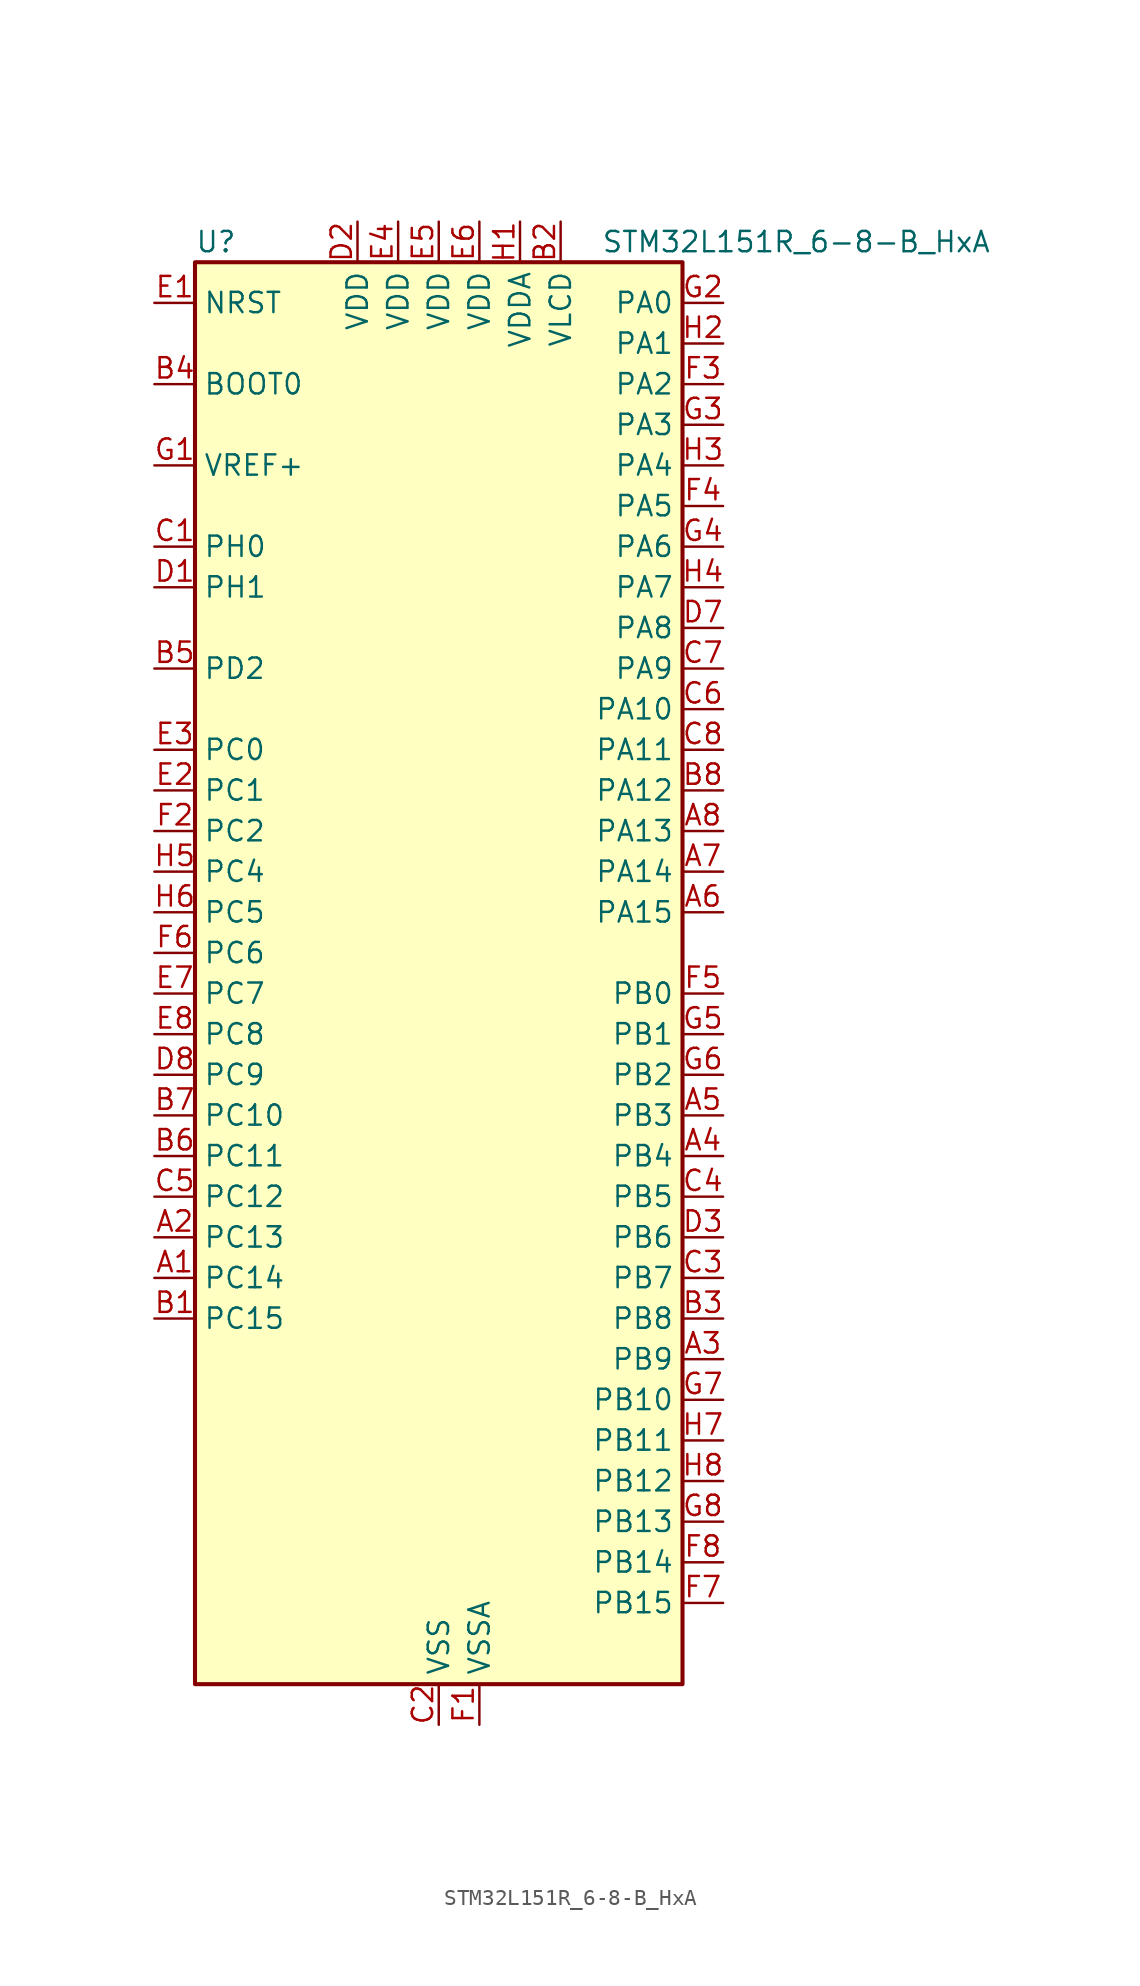
<source format=kicad_sym>
(kicad_symbol_lib
  (version 20220914)
  (generator kicad_symbol_editor)
  (symbol "STM32L151R_6-8-B_HxA"
    (property "Reference" "U"
      (at -15.24 46.99 0)
      (effects (font (size 1.27 1.27)) (justify left)))
    (property "Value" "STM32L151R_6-8-B_HxA"
      (at 10.16 46.99 0)
      (effects (font (size 1.27 1.27)) (justify left)))
    (property "ki_locked" ""
      (at 0 0 0)
      (effects (font (size 1.27 1.27))))
    (symbol "STM32L151R_6-8-B_HxA_0_1"
      (rectangle (start -15.24 -43.18) (end 15.24 45.72) (stroke (width 0.254) (type default)) (fill (type background))))
    (symbol "STM32L151R_6-8-B_HxA_1_1"
      (pin bidirectional line (at -17.78 -17.78 0) (length 2.54) (name "PC14" (effects (font (size 1.27 1.27)))) (number "A1" (effects (font (size 1.27 1.27)))) (alternate "RCC_OSC32_IN" bidirectional line) (alternate "TIMX_IC3" bidirectional line))
      (pin bidirectional line (at -17.78 -15.24 0) (length 2.54) (name "PC13" (effects (font (size 1.27 1.27)))) (number "A2" (effects (font (size 1.27 1.27)))) (alternate "RTC_OUT_ALARM" bidirectional line) (alternate "RTC_OUT_CALIB" bidirectional line) (alternate "RTC_TAMP1" bidirectional line) (alternate "RTC_TS" bidirectional line) (alternate "SYS_WKUP2" bidirectional line) (alternate "TIMX_IC2" bidirectional line))
      (pin bidirectional line (at 17.78 -22.86 180) (length 2.54) (name "PB9" (effects (font (size 1.27 1.27)))) (number "A3" (effects (font (size 1.27 1.27)))) (alternate "DAC_EXTI9" bidirectional line) (alternate "I2C1_SDA" bidirectional line) (alternate "TIM11_CH1" bidirectional line) (alternate "TIM4_CH4" bidirectional line))
      (pin bidirectional line (at 17.78 -10.16 180) (length 2.54) (name "PB4" (effects (font (size 1.27 1.27)))) (number "A4" (effects (font (size 1.27 1.27)))) (alternate "COMP2_INP" bidirectional line) (alternate "SPI1_MISO" bidirectional line) (alternate "SYS_JTRST" bidirectional line) (alternate "TIM3_CH1" bidirectional line) (alternate "TS_G6_IO1" bidirectional line))
      (pin bidirectional line (at 17.78 -7.62 180) (length 2.54) (name "PB3" (effects (font (size 1.27 1.27)))) (number "A5" (effects (font (size 1.27 1.27)))) (alternate "COMP2_INM" bidirectional line) (alternate "SPI1_SCK" bidirectional line) (alternate "SYS_JTDO-TRACESWO" bidirectional line) (alternate "TIM2_CH2" bidirectional line))
      (pin bidirectional line (at 17.78 5.08 180) (length 2.54) (name "PA15" (effects (font (size 1.27 1.27)))) (number "A6" (effects (font (size 1.27 1.27)))) (alternate "ADC_EXTI15" bidirectional line) (alternate "SPI1_NSS" bidirectional line) (alternate "SYS_JTDI" bidirectional line) (alternate "TIM2_CH1" bidirectional line) (alternate "TIM2_ETR" bidirectional line) (alternate "TIMX_IC4" bidirectional line) (alternate "TS_G5_IO3" bidirectional line))
      (pin bidirectional line (at 17.78 7.62 180) (length 2.54) (name "PA14" (effects (font (size 1.27 1.27)))) (number "A7" (effects (font (size 1.27 1.27)))) (alternate "SYS_JTCK-SWCLK" bidirectional line) (alternate "TIMX_IC3" bidirectional line) (alternate "TS_G5_IO2" bidirectional line))
      (pin bidirectional line (at 17.78 10.16 180) (length 2.54) (name "PA13" (effects (font (size 1.27 1.27)))) (number "A8" (effects (font (size 1.27 1.27)))) (alternate "SYS_JTMS-SWDIO" bidirectional line) (alternate "TIMX_IC2" bidirectional line) (alternate "TS_G5_IO1" bidirectional line))
      (pin bidirectional line (at -17.78 -20.32 0) (length 2.54) (name "PC15" (effects (font (size 1.27 1.27)))) (number "B1" (effects (font (size 1.27 1.27)))) (alternate "ADC_EXTI15" bidirectional line) (alternate "RCC_OSC32_OUT" bidirectional line) (alternate "TIMX_IC4" bidirectional line))
      (pin power_in line (at 7.62 48.26 270) (length 2.54) (name "VLCD" (effects (font (size 1.27 1.27)))) (number "B2" (effects (font (size 1.27 1.27)))))
      (pin bidirectional line (at 17.78 -20.32 180) (length 2.54) (name "PB8" (effects (font (size 1.27 1.27)))) (number "B3" (effects (font (size 1.27 1.27)))) (alternate "I2C1_SCL" bidirectional line) (alternate "TIM10_CH1" bidirectional line) (alternate "TIM4_CH3" bidirectional line))
      (pin input line (at -17.78 38.1 0) (length 2.54) (name "BOOT0" (effects (font (size 1.27 1.27)))) (number "B4" (effects (font (size 1.27 1.27)))))
      (pin bidirectional line (at -17.78 20.32 0) (length 2.54) (name "PD2" (effects (font (size 1.27 1.27)))) (number "B5" (effects (font (size 1.27 1.27)))) (alternate "TIM3_ETR" bidirectional line) (alternate "TIMX_IC3" bidirectional line))
      (pin bidirectional line (at -17.78 -10.16 0) (length 2.54) (name "PC11" (effects (font (size 1.27 1.27)))) (number "B6" (effects (font (size 1.27 1.27)))) (alternate "ADC_EXTI11" bidirectional line) (alternate "TIMX_IC4" bidirectional line) (alternate "USART3_RX" bidirectional line))
      (pin bidirectional line (at -17.78 -7.62 0) (length 2.54) (name "PC10" (effects (font (size 1.27 1.27)))) (number "B7" (effects (font (size 1.27 1.27)))) (alternate "TIMX_IC3" bidirectional line) (alternate "USART3_TX" bidirectional line))
      (pin bidirectional line (at 17.78 12.7 180) (length 2.54) (name "PA12" (effects (font (size 1.27 1.27)))) (number "B8" (effects (font (size 1.27 1.27)))) (alternate "SPI1_MOSI" bidirectional line) (alternate "TIMX_IC1" bidirectional line) (alternate "USART1_RTS" bidirectional line) (alternate "USB_DP" bidirectional line))
      (pin bidirectional line (at -17.78 27.94 0) (length 2.54) (name "PH0" (effects (font (size 1.27 1.27)))) (number "C1" (effects (font (size 1.27 1.27)))) (alternate "RCC_OSC_IN" bidirectional line))
      (pin power_in line (at 0 -45.72 90) (length 2.54) (name "VSS" (effects (font (size 1.27 1.27)))) (number "C2" (effects (font (size 1.27 1.27)))))
      (pin bidirectional line (at 17.78 -17.78 180) (length 2.54) (name "PB7" (effects (font (size 1.27 1.27)))) (number "C3" (effects (font (size 1.27 1.27)))) (alternate "I2C1_SDA" bidirectional line) (alternate "SYS_PVD_IN" bidirectional line) (alternate "TIM4_CH2" bidirectional line) (alternate "TS_G6_IO4" bidirectional line) (alternate "USART1_RX" bidirectional line))
      (pin bidirectional line (at 17.78 -12.7 180) (length 2.54) (name "PB5" (effects (font (size 1.27 1.27)))) (number "C4" (effects (font (size 1.27 1.27)))) (alternate "COMP2_INP" bidirectional line) (alternate "I2C1_SMBA" bidirectional line) (alternate "SPI1_MOSI" bidirectional line) (alternate "TIM3_CH2" bidirectional line) (alternate "TS_G6_IO2" bidirectional line))
      (pin bidirectional line (at -17.78 -12.7 0) (length 2.54) (name "PC12" (effects (font (size 1.27 1.27)))) (number "C5" (effects (font (size 1.27 1.27)))) (alternate "TIMX_IC1" bidirectional line) (alternate "USART3_CK" bidirectional line))
      (pin bidirectional line (at 17.78 17.78 180) (length 2.54) (name "PA10" (effects (font (size 1.27 1.27)))) (number "C6" (effects (font (size 1.27 1.27)))) (alternate "TIMX_IC3" bidirectional line) (alternate "TS_G4_IO3" bidirectional line) (alternate "USART1_RX" bidirectional line))
      (pin bidirectional line (at 17.78 20.32 180) (length 2.54) (name "PA9" (effects (font (size 1.27 1.27)))) (number "C7" (effects (font (size 1.27 1.27)))) (alternate "DAC_EXTI9" bidirectional line) (alternate "TIMX_IC2" bidirectional line) (alternate "TS_G4_IO2" bidirectional line) (alternate "USART1_TX" bidirectional line))
      (pin bidirectional line (at 17.78 15.24 180) (length 2.54) (name "PA11" (effects (font (size 1.27 1.27)))) (number "C8" (effects (font (size 1.27 1.27)))) (alternate "ADC_EXTI11" bidirectional line) (alternate "SPI1_MISO" bidirectional line) (alternate "TIMX_IC4" bidirectional line) (alternate "USART1_CTS" bidirectional line) (alternate "USB_DM" bidirectional line))
      (pin bidirectional line (at -17.78 25.4 0) (length 2.54) (name "PH1" (effects (font (size 1.27 1.27)))) (number "D1" (effects (font (size 1.27 1.27)))) (alternate "RCC_OSC_OUT" bidirectional line))
      (pin power_in line (at -5.08 48.26 270) (length 2.54) (name "VDD" (effects (font (size 1.27 1.27)))) (number "D2" (effects (font (size 1.27 1.27)))))
      (pin bidirectional line (at 17.78 -15.24 180) (length 2.54) (name "PB6" (effects (font (size 1.27 1.27)))) (number "D3" (effects (font (size 1.27 1.27)))) (alternate "I2C1_SCL" bidirectional line) (alternate "TIM4_CH1" bidirectional line) (alternate "TS_G6_IO3" bidirectional line) (alternate "USART1_TX" bidirectional line))
      (pin passive line (at 0 -45.72 90) (length 2.54) hide (name "VSS" (effects (font (size 1.27 1.27)))) (number "D4" (effects (font (size 1.27 1.27)))))
      (pin passive line (at 0 -45.72 90) (length 2.54) hide (name "VSS" (effects (font (size 1.27 1.27)))) (number "D5" (effects (font (size 1.27 1.27)))))
      (pin passive line (at 0 -45.72 90) (length 2.54) hide (name "VSS" (effects (font (size 1.27 1.27)))) (number "D6" (effects (font (size 1.27 1.27)))))
      (pin bidirectional line (at 17.78 22.86 180) (length 2.54) (name "PA8" (effects (font (size 1.27 1.27)))) (number "D7" (effects (font (size 1.27 1.27)))) (alternate "RCC_MCO" bidirectional line) (alternate "TIMX_IC1" bidirectional line) (alternate "TS_G4_IO1" bidirectional line) (alternate "USART1_CK" bidirectional line))
      (pin bidirectional line (at -17.78 -5.08 0) (length 2.54) (name "PC9" (effects (font (size 1.27 1.27)))) (number "D8" (effects (font (size 1.27 1.27)))) (alternate "DAC_EXTI9" bidirectional line) (alternate "TIM3_CH4" bidirectional line) (alternate "TIMX_IC2" bidirectional line) (alternate "TS_G10_IO4" bidirectional line))
      (pin input line (at -17.78 43.18 0) (length 2.54) (name "NRST" (effects (font (size 1.27 1.27)))) (number "E1" (effects (font (size 1.27 1.27)))))
      (pin bidirectional line (at -17.78 12.7 0) (length 2.54) (name "PC1" (effects (font (size 1.27 1.27)))) (number "E2" (effects (font (size 1.27 1.27)))) (alternate "ADC_IN11" bidirectional line) (alternate "COMP1_INP" bidirectional line) (alternate "TIMX_IC2" bidirectional line) (alternate "TS_G8_IO2" bidirectional line))
      (pin bidirectional line (at -17.78 15.24 0) (length 2.54) (name "PC0" (effects (font (size 1.27 1.27)))) (number "E3" (effects (font (size 1.27 1.27)))) (alternate "ADC_IN10" bidirectional line) (alternate "COMP1_INP" bidirectional line) (alternate "TIMX_IC1" bidirectional line) (alternate "TS_G8_IO1" bidirectional line))
      (pin power_in line (at -2.54 48.26 270) (length 2.54) (name "VDD" (effects (font (size 1.27 1.27)))) (number "E4" (effects (font (size 1.27 1.27)))))
      (pin power_in line (at 0 48.26 270) (length 2.54) (name "VDD" (effects (font (size 1.27 1.27)))) (number "E5" (effects (font (size 1.27 1.27)))))
      (pin power_in line (at 2.54 48.26 270) (length 2.54) (name "VDD" (effects (font (size 1.27 1.27)))) (number "E6" (effects (font (size 1.27 1.27)))))
      (pin bidirectional line (at -17.78 0 0) (length 2.54) (name "PC7" (effects (font (size 1.27 1.27)))) (number "E7" (effects (font (size 1.27 1.27)))) (alternate "TIM3_CH2" bidirectional line) (alternate "TIMX_IC4" bidirectional line) (alternate "TS_G10_IO2" bidirectional line))
      (pin bidirectional line (at -17.78 -2.54 0) (length 2.54) (name "PC8" (effects (font (size 1.27 1.27)))) (number "E8" (effects (font (size 1.27 1.27)))) (alternate "TIM3_CH3" bidirectional line) (alternate "TIMX_IC1" bidirectional line) (alternate "TS_G10_IO3" bidirectional line))
      (pin power_in line (at 2.54 -45.72 90) (length 2.54) (name "VSSA" (effects (font (size 1.27 1.27)))) (number "F1" (effects (font (size 1.27 1.27)))))
      (pin bidirectional line (at -17.78 10.16 0) (length 2.54) (name "PC2" (effects (font (size 1.27 1.27)))) (number "F2" (effects (font (size 1.27 1.27)))) (alternate "ADC_IN12" bidirectional line) (alternate "COMP1_INP" bidirectional line) (alternate "TIMX_IC3" bidirectional line) (alternate "TS_G8_IO3" bidirectional line))
      (pin bidirectional line (at 17.78 38.1 180) (length 2.54) (name "PA2" (effects (font (size 1.27 1.27)))) (number "F3" (effects (font (size 1.27 1.27)))) (alternate "ADC_IN2" bidirectional line) (alternate "COMP1_INP" bidirectional line) (alternate "TIM2_CH3" bidirectional line) (alternate "TIM9_CH1" bidirectional line) (alternate "TIMX_IC3" bidirectional line) (alternate "TS_G1_IO3" bidirectional line) (alternate "USART2_TX" bidirectional line))
      (pin bidirectional line (at 17.78 30.48 180) (length 2.54) (name "PA5" (effects (font (size 1.27 1.27)))) (number "F4" (effects (font (size 1.27 1.27)))) (alternate "ADC_IN5" bidirectional line) (alternate "COMP1_INP" bidirectional line) (alternate "DAC_OUT2" bidirectional line) (alternate "SPI1_SCK" bidirectional line) (alternate "TIM2_CH1" bidirectional line) (alternate "TIM2_ETR" bidirectional line) (alternate "TIMX_IC2" bidirectional line))
      (pin bidirectional line (at 17.78 0 180) (length 2.54) (name "PB0" (effects (font (size 1.27 1.27)))) (number "F5" (effects (font (size 1.27 1.27)))) (alternate "ADC_IN8" bidirectional line) (alternate "COMP1_INP" bidirectional line) (alternate "SYS_V_REF_OUT" bidirectional line) (alternate "TIM3_CH3" bidirectional line) (alternate "TS_G3_IO1" bidirectional line))
      (pin bidirectional line (at -17.78 2.54 0) (length 2.54) (name "PC6" (effects (font (size 1.27 1.27)))) (number "F6" (effects (font (size 1.27 1.27)))) (alternate "TIM3_CH1" bidirectional line) (alternate "TIMX_IC3" bidirectional line) (alternate "TS_G10_IO1" bidirectional line))
      (pin bidirectional line (at 17.78 -38.1 180) (length 2.54) (name "PB15" (effects (font (size 1.27 1.27)))) (number "F7" (effects (font (size 1.27 1.27)))) (alternate "ADC_EXTI15" bidirectional line) (alternate "ADC_IN21" bidirectional line) (alternate "COMP1_INP" bidirectional line) (alternate "RTC_REFIN" bidirectional line) (alternate "SPI2_MOSI" bidirectional line) (alternate "TIM11_CH1" bidirectional line) (alternate "TS_G7_IO4" bidirectional line))
      (pin bidirectional line (at 17.78 -35.56 180) (length 2.54) (name "PB14" (effects (font (size 1.27 1.27)))) (number "F8" (effects (font (size 1.27 1.27)))) (alternate "ADC_IN20" bidirectional line) (alternate "COMP1_INP" bidirectional line) (alternate "SPI2_MISO" bidirectional line) (alternate "TIM9_CH2" bidirectional line) (alternate "TS_G7_IO3" bidirectional line) (alternate "USART3_RTS" bidirectional line))
      (pin input line (at -17.78 33.02 0) (length 2.54) (name "VREF+" (effects (font (size 1.27 1.27)))) (number "G1" (effects (font (size 1.27 1.27)))))
      (pin bidirectional line (at 17.78 43.18 180) (length 2.54) (name "PA0" (effects (font (size 1.27 1.27)))) (number "G2" (effects (font (size 1.27 1.27)))) (alternate "ADC_IN0" bidirectional line) (alternate "COMP1_INP" bidirectional line) (alternate "RTC_TAMP2" bidirectional line) (alternate "SYS_WKUP1" bidirectional line) (alternate "TIM2_CH1" bidirectional line) (alternate "TIM2_ETR" bidirectional line) (alternate "TIMX_IC1" bidirectional line) (alternate "TS_G1_IO1" bidirectional line) (alternate "USART2_CTS" bidirectional line))
      (pin bidirectional line (at 17.78 35.56 180) (length 2.54) (name "PA3" (effects (font (size 1.27 1.27)))) (number "G3" (effects (font (size 1.27 1.27)))) (alternate "ADC_IN3" bidirectional line) (alternate "COMP1_INP" bidirectional line) (alternate "TIM2_CH4" bidirectional line) (alternate "TIM9_CH2" bidirectional line) (alternate "TIMX_IC4" bidirectional line) (alternate "TS_G1_IO4" bidirectional line) (alternate "USART2_RX" bidirectional line))
      (pin bidirectional line (at 17.78 27.94 180) (length 2.54) (name "PA6" (effects (font (size 1.27 1.27)))) (number "G4" (effects (font (size 1.27 1.27)))) (alternate "ADC_IN6" bidirectional line) (alternate "COMP1_INP" bidirectional line) (alternate "SPI1_MISO" bidirectional line) (alternate "TIM10_CH1" bidirectional line) (alternate "TIM3_CH1" bidirectional line) (alternate "TIMX_IC3" bidirectional line) (alternate "TS_G2_IO1" bidirectional line))
      (pin bidirectional line (at 17.78 -2.54 180) (length 2.54) (name "PB1" (effects (font (size 1.27 1.27)))) (number "G5" (effects (font (size 1.27 1.27)))) (alternate "ADC_IN9" bidirectional line) (alternate "COMP1_INP" bidirectional line) (alternate "SYS_V_REF_OUT" bidirectional line) (alternate "TIM3_CH4" bidirectional line) (alternate "TS_G3_IO2" bidirectional line))
      (pin bidirectional line (at 17.78 -5.08 180) (length 2.54) (name "PB2" (effects (font (size 1.27 1.27)))) (number "G6" (effects (font (size 1.27 1.27)))) (alternate "TS_G3_IO3" bidirectional line))
      (pin bidirectional line (at 17.78 -25.4 180) (length 2.54) (name "PB10" (effects (font (size 1.27 1.27)))) (number "G7" (effects (font (size 1.27 1.27)))) (alternate "I2C2_SCL" bidirectional line) (alternate "TIM2_CH3" bidirectional line) (alternate "USART3_TX" bidirectional line))
      (pin bidirectional line (at 17.78 -33.02 180) (length 2.54) (name "PB13" (effects (font (size 1.27 1.27)))) (number "G8" (effects (font (size 1.27 1.27)))) (alternate "ADC_IN19" bidirectional line) (alternate "COMP1_INP" bidirectional line) (alternate "SPI2_SCK" bidirectional line) (alternate "TIM9_CH1" bidirectional line) (alternate "TS_G7_IO2" bidirectional line) (alternate "USART3_CTS" bidirectional line))
      (pin power_in line (at 5.08 48.26 270) (length 2.54) (name "VDDA" (effects (font (size 1.27 1.27)))) (number "H1" (effects (font (size 1.27 1.27)))))
      (pin bidirectional line (at 17.78 40.64 180) (length 2.54) (name "PA1" (effects (font (size 1.27 1.27)))) (number "H2" (effects (font (size 1.27 1.27)))) (alternate "ADC_IN1" bidirectional line) (alternate "COMP1_INP" bidirectional line) (alternate "TIM2_CH2" bidirectional line) (alternate "TIMX_IC2" bidirectional line) (alternate "TS_G1_IO2" bidirectional line) (alternate "USART2_RTS" bidirectional line))
      (pin bidirectional line (at 17.78 33.02 180) (length 2.54) (name "PA4" (effects (font (size 1.27 1.27)))) (number "H3" (effects (font (size 1.27 1.27)))) (alternate "ADC_IN4" bidirectional line) (alternate "COMP1_INP" bidirectional line) (alternate "DAC_OUT1" bidirectional line) (alternate "SPI1_NSS" bidirectional line) (alternate "TIMX_IC1" bidirectional line) (alternate "USART2_CK" bidirectional line))
      (pin bidirectional line (at 17.78 25.4 180) (length 2.54) (name "PA7" (effects (font (size 1.27 1.27)))) (number "H4" (effects (font (size 1.27 1.27)))) (alternate "ADC_IN7" bidirectional line) (alternate "COMP1_INP" bidirectional line) (alternate "SPI1_MOSI" bidirectional line) (alternate "TIM11_CH1" bidirectional line) (alternate "TIM3_CH2" bidirectional line) (alternate "TIMX_IC4" bidirectional line) (alternate "TS_G2_IO2" bidirectional line))
      (pin bidirectional line (at -17.78 7.62 0) (length 2.54) (name "PC4" (effects (font (size 1.27 1.27)))) (number "H5" (effects (font (size 1.27 1.27)))) (alternate "ADC_IN14" bidirectional line) (alternate "COMP1_INP" bidirectional line) (alternate "TIMX_IC1" bidirectional line) (alternate "TS_G9_IO1" bidirectional line))
      (pin bidirectional line (at -17.78 5.08 0) (length 2.54) (name "PC5" (effects (font (size 1.27 1.27)))) (number "H6" (effects (font (size 1.27 1.27)))) (alternate "ADC_IN15" bidirectional line) (alternate "COMP1_INP" bidirectional line) (alternate "TIMX_IC2" bidirectional line) (alternate "TS_G9_IO2" bidirectional line))
      (pin bidirectional line (at 17.78 -27.94 180) (length 2.54) (name "PB11" (effects (font (size 1.27 1.27)))) (number "H7" (effects (font (size 1.27 1.27)))) (alternate "ADC_EXTI11" bidirectional line) (alternate "I2C2_SDA" bidirectional line) (alternate "TIM2_CH4" bidirectional line) (alternate "USART3_RX" bidirectional line))
      (pin bidirectional line (at 17.78 -30.48 180) (length 2.54) (name "PB12" (effects (font (size 1.27 1.27)))) (number "H8" (effects (font (size 1.27 1.27)))) (alternate "ADC_IN18" bidirectional line) (alternate "COMP1_INP" bidirectional line) (alternate "I2C2_SMBA" bidirectional line) (alternate "SPI2_NSS" bidirectional line) (alternate "TIM10_CH1" bidirectional line) (alternate "TS_G7_IO1" bidirectional line) (alternate "USART3_CK" bidirectional line)))))
</source>
